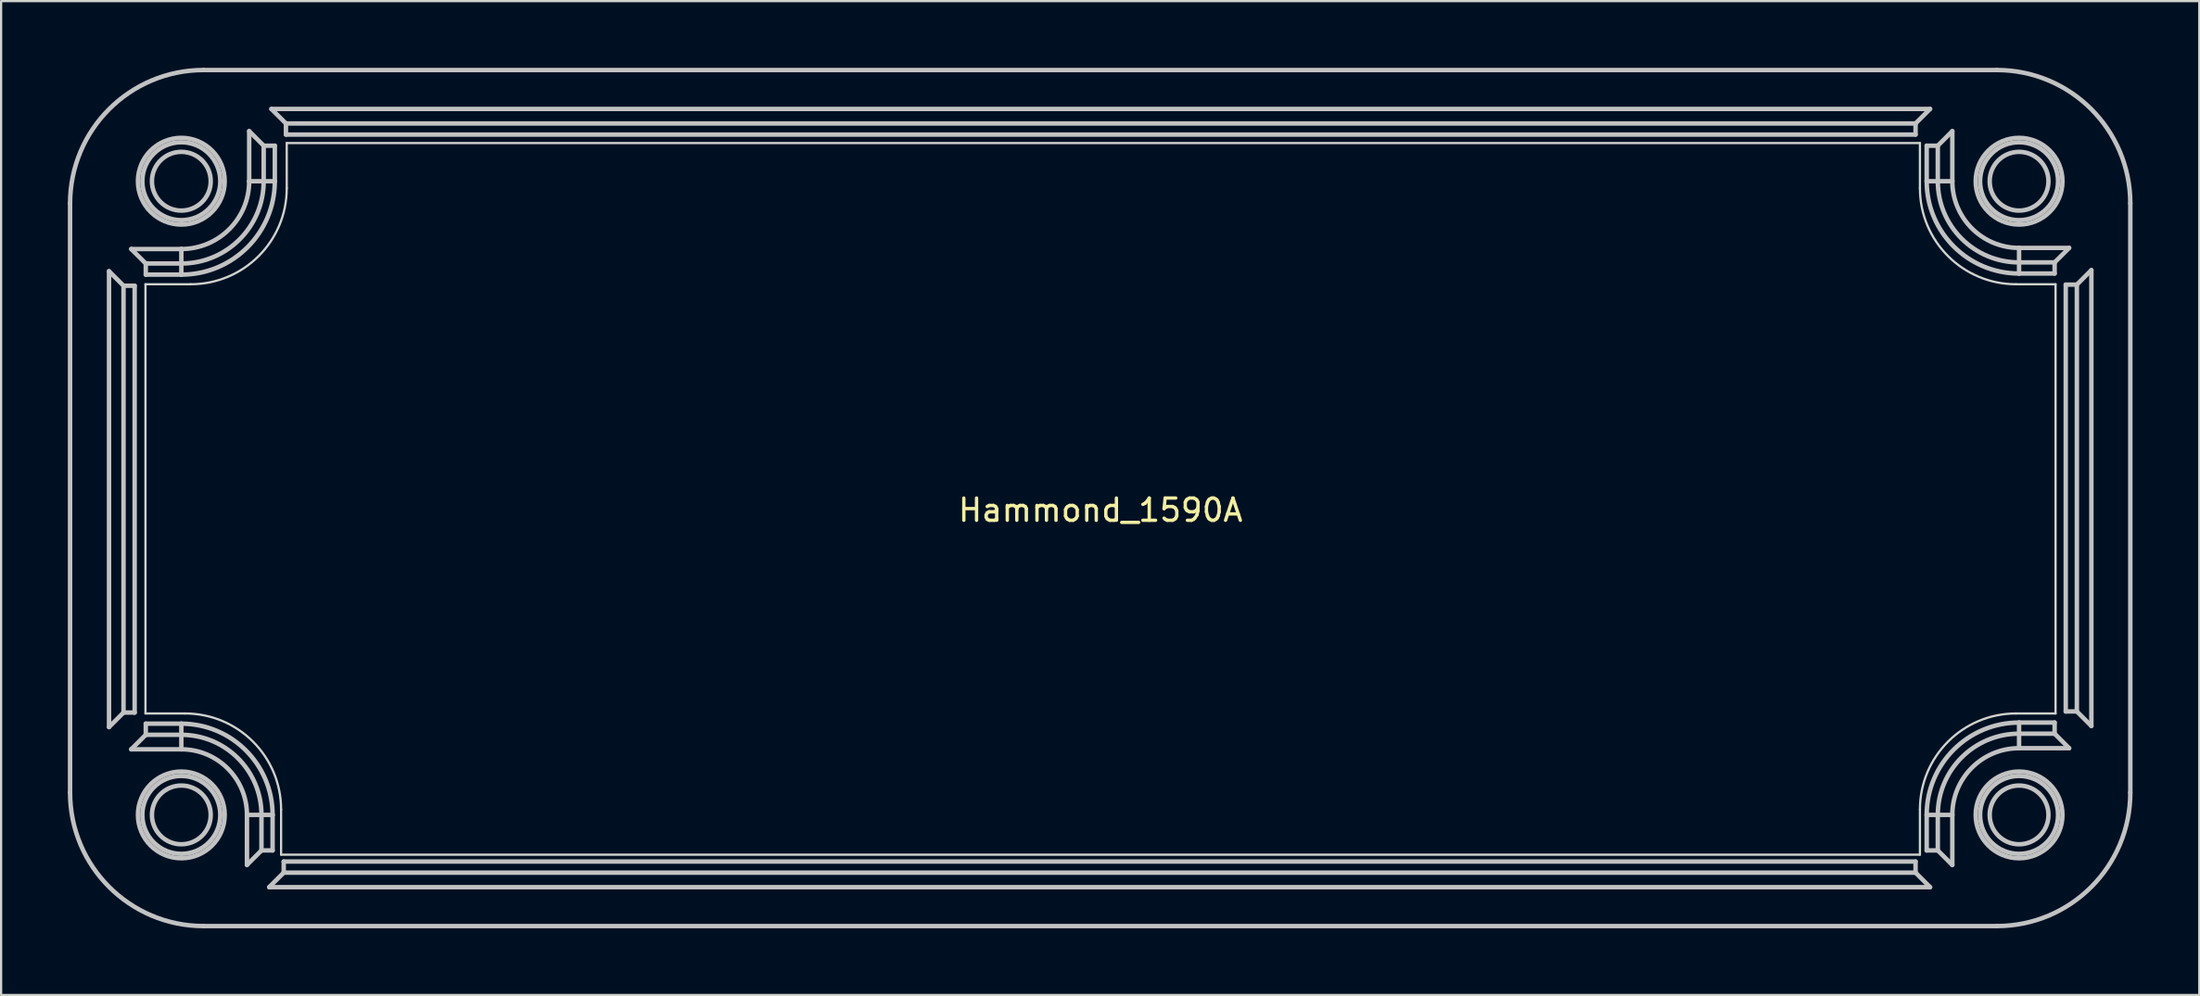
<source format=kicad_pcb>
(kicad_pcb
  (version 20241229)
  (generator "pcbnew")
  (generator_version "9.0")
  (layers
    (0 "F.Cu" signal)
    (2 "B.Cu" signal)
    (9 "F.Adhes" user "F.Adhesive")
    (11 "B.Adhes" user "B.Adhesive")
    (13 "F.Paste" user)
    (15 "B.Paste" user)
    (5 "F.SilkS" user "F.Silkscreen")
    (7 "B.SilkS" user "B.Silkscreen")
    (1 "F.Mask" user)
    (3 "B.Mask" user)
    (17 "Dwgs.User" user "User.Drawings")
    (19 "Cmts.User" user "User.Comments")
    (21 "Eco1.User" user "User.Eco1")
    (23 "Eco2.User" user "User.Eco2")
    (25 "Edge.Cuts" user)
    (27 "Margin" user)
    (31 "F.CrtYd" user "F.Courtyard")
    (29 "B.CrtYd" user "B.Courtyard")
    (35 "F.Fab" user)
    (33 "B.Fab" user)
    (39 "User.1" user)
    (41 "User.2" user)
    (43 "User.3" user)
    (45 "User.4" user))
  (footprint "Hammond_1590A"
    (layer "F.Cu")
    (at 46.414 19.386)
    (property "Reference" "Hammond_1590A" (at 0 0.508 0) (layer "F.SilkS") (effects (font (size 1 1) (thickness 0.15))))
    (attr through_hole)
    (fp_line (start -46.314 -13.286) (end -46.314 13.214) (stroke (width 0.2) (type solid)) (layer "Dwgs.User"))
    (fp_line (start -44.564 -10.237) (end -43.912 -9.584) (stroke (width 0.2) (type solid)) (layer "Dwgs.User"))
    (fp_line (start -44.564 10.264) (end -44.564 -10.237) (stroke (width 0.2) (type solid)) (layer "Dwgs.User"))
    (fp_line (start -43.912 -9.584) (end -43.912 9.612) (stroke (width 0.2) (type solid)) (layer "Dwgs.User"))
    (fp_line (start -43.912 -9.584) (end -43.412 -9.584) (stroke (width 0.2) (type solid)) (layer "Dwgs.User"))
    (fp_line (start -43.912 9.612) (end -44.564 10.264) (stroke (width 0.2) (type solid)) (layer "Dwgs.User"))
    (fp_line (start -43.912 9.612) (end -43.412 9.612) (stroke (width 0.2) (type solid)) (layer "Dwgs.User"))
    (fp_line (start -43.565 -11.236) (end -41.314 -11.236) (stroke (width 0.2) (type solid)) (layer "Dwgs.User"))
    (fp_line (start -43.565 11.264) (end -42.912 10.611) (stroke (width 0.2) (type solid)) (layer "Dwgs.User"))
    (fp_line (start -43.412 9.612) (end -43.412 -9.584) (stroke (width 0.2) (type solid)) (layer "Dwgs.User"))
    (fp_line (start -42.912 -10.584) (end -43.565 -11.236) (stroke (width 0.2) (type solid)) (layer "Dwgs.User"))
    (fp_line (start -42.912 -10.584) (end -42.912 -10.084) (stroke (width 0.2) (type solid)) (layer "Dwgs.User"))
    (fp_line (start -42.912 -10.084) (end -41.314 -10.084) (stroke (width 0.2) (type solid)) (layer "Dwgs.User"))
    (fp_line (start -42.912 10.611) (end -42.912 10.111) (stroke (width 0.2) (type solid)) (layer "Dwgs.User"))
    (fp_line (start -42.912 10.611) (end -41.314 10.611) (stroke (width 0.2) (type solid)) (layer "Dwgs.User"))
    (fp_line (start -41.314 -11.236) (end -41.314 -10.584) (stroke (width 0.2) (type solid)) (layer "Dwgs.User"))
    (fp_line (start -41.314 -10.584) (end -42.912 -10.584) (stroke (width 0.2) (type solid)) (layer "Dwgs.User"))
    (fp_line (start -41.314 -10.584) (end -41.314 -10.084) (stroke (width 0.2) (type solid)) (layer "Dwgs.User"))
    (fp_line (start -41.314 10.111) (end -42.912 10.111) (stroke (width 0.2) (type solid)) (layer "Dwgs.User"))
    (fp_line (start -41.314 10.611) (end -41.314 10.111) (stroke (width 0.2) (type solid)) (layer "Dwgs.User"))
    (fp_line (start -41.314 11.264) (end -43.565 11.264) (stroke (width 0.2) (type solid)) (layer "Dwgs.User"))
    (fp_line (start -41.314 11.264) (end -41.314 10.611) (stroke (width 0.2) (type solid)) (layer "Dwgs.User"))
    (fp_line (start -40.314 19.214) (end 40.286 19.214) (stroke (width 0.2) (type solid)) (layer "Dwgs.User"))
    (fp_line (start -38.364 14.214) (end -37.712 14.214) (stroke (width 0.2) (type solid)) (layer "Dwgs.User"))
    (fp_line (start -38.364 16.464) (end -38.364 14.214) (stroke (width 0.2) (type solid)) (layer "Dwgs.User"))
    (fp_line (start -38.264 -16.537) (end -37.612 -15.884) (stroke (width 0.2) (type solid)) (layer "Dwgs.User"))
    (fp_line (start -38.264 -14.286) (end -38.264 -16.537) (stroke (width 0.2) (type solid)) (layer "Dwgs.User"))
    (fp_line (start -38.264 -14.286) (end -37.612 -14.286) (stroke (width 0.2) (type solid)) (layer "Dwgs.User"))
    (fp_line (start -37.712 14.214) (end -37.712 15.812) (stroke (width 0.2) (type solid)) (layer "Dwgs.User"))
    (fp_line (start -37.712 14.214) (end -37.212 14.214) (stroke (width 0.2) (type solid)) (layer "Dwgs.User"))
    (fp_line (start -37.712 15.812) (end -38.364 16.464) (stroke (width 0.2) (type solid)) (layer "Dwgs.User"))
    (fp_line (start -37.712 15.812) (end -37.212 15.812) (stroke (width 0.2) (type solid)) (layer "Dwgs.User"))
    (fp_line (start -37.612 -15.884) (end -37.612 -14.286) (stroke (width 0.2) (type solid)) (layer "Dwgs.User"))
    (fp_line (start -37.612 -15.884) (end -37.112 -15.884) (stroke (width 0.2) (type solid)) (layer "Dwgs.User"))
    (fp_line (start -37.612 -14.286) (end -37.112 -14.286) (stroke (width 0.2) (type solid)) (layer "Dwgs.User"))
    (fp_line (start -37.365 17.464) (end -36.712 16.811) (stroke (width 0.2) (type solid)) (layer "Dwgs.User"))
    (fp_line (start -37.265 -17.536) (end 37.286 -17.536) (stroke (width 0.2) (type solid)) (layer "Dwgs.User"))
    (fp_line (start -37.212 15.812) (end -37.212 14.214) (stroke (width 0.2) (type solid)) (layer "Dwgs.User"))
    (fp_line (start -37.112 -14.286) (end -37.112 -15.884) (stroke (width 0.2) (type solid)) (layer "Dwgs.User"))
    (fp_line (start -36.712 16.811) (end -36.712 16.311) (stroke (width 0.2) (type solid)) (layer "Dwgs.User"))
    (fp_line (start -36.712 16.811) (end 36.634 16.811) (stroke (width 0.2) (type solid)) (layer "Dwgs.User"))
    (fp_line (start -36.612 -16.884) (end -37.265 -17.536) (stroke (width 0.2) (type solid)) (layer "Dwgs.User"))
    (fp_line (start -36.612 -16.884) (end -36.612 -16.384) (stroke (width 0.2) (type solid)) (layer "Dwgs.User"))
    (fp_line (start -36.612 -16.384) (end 36.634 -16.384) (stroke (width 0.2) (type solid)) (layer "Dwgs.User"))
    (fp_line (start 36.634 -16.884) (end -36.612 -16.884) (stroke (width 0.2) (type solid)) (layer "Dwgs.User"))
    (fp_line (start 36.634 -16.384) (end 36.634 -16.884) (stroke (width 0.2) (type solid)) (layer "Dwgs.User"))
    (fp_line (start 36.634 16.311) (end -36.712 16.311) (stroke (width 0.2) (type solid)) (layer "Dwgs.User"))
    (fp_line (start 36.634 16.311) (end 36.634 16.811) (stroke (width 0.2) (type solid)) (layer "Dwgs.User"))
    (fp_line (start 36.634 16.811) (end 37.286 17.464) (stroke (width 0.2) (type solid)) (layer "Dwgs.User"))
    (fp_line (start 37.134 -15.884) (end 37.134 -14.286) (stroke (width 0.2) (type solid)) (layer "Dwgs.User"))
    (fp_line (start 37.134 -15.884) (end 37.633 -15.884) (stroke (width 0.2) (type solid)) (layer "Dwgs.User"))
    (fp_line (start 37.134 -14.286) (end 37.633 -14.286) (stroke (width 0.2) (type solid)) (layer "Dwgs.User"))
    (fp_line (start 37.134 14.214) (end 37.134 15.812) (stroke (width 0.2) (type solid)) (layer "Dwgs.User"))
    (fp_line (start 37.134 14.214) (end 37.633 14.214) (stroke (width 0.2) (type solid)) (layer "Dwgs.User"))
    (fp_line (start 37.134 15.812) (end 37.633 15.812) (stroke (width 0.2) (type solid)) (layer "Dwgs.User"))
    (fp_line (start 37.286 -17.536) (end 36.634 -16.884) (stroke (width 0.2) (type solid)) (layer "Dwgs.User"))
    (fp_line (start 37.286 17.464) (end -37.365 17.464) (stroke (width 0.2) (type solid)) (layer "Dwgs.User"))
    (fp_line (start 37.633 -15.884) (end 38.286 -16.537) (stroke (width 0.2) (type solid)) (layer "Dwgs.User"))
    (fp_line (start 37.633 -14.286) (end 37.633 -15.884) (stroke (width 0.2) (type solid)) (layer "Dwgs.User"))
    (fp_line (start 37.633 15.812) (end 37.633 14.214) (stroke (width 0.2) (type solid)) (layer "Dwgs.User"))
    (fp_line (start 38.286 -16.537) (end 38.286 -14.286) (stroke (width 0.2) (type solid)) (layer "Dwgs.User"))
    (fp_line (start 38.286 -14.286) (end 37.633 -14.286) (stroke (width 0.2) (type solid)) (layer "Dwgs.User"))
    (fp_line (start 38.286 14.214) (end 37.633 14.214) (stroke (width 0.2) (type solid)) (layer "Dwgs.User"))
    (fp_line (start 38.286 14.214) (end 38.286 16.464) (stroke (width 0.2) (type solid)) (layer "Dwgs.User"))
    (fp_line (start 38.286 16.464) (end 37.633 15.812) (stroke (width 0.2) (type solid)) (layer "Dwgs.User"))
    (fp_line (start 40.286 -19.286) (end -40.314 -19.286) (stroke (width 0.2) (type solid)) (layer "Dwgs.User"))
    (fp_line (start 41.286 -11.286) (end 41.286 -10.634) (stroke (width 0.2) (type solid)) (layer "Dwgs.User"))
    (fp_line (start 41.286 -11.286) (end 43.536 -11.286) (stroke (width 0.2) (type solid)) (layer "Dwgs.User"))
    (fp_line (start 41.286 -10.134) (end 41.286 -10.634) (stroke (width 0.2) (type solid)) (layer "Dwgs.User"))
    (fp_line (start 41.286 -10.134) (end 42.884 -10.134) (stroke (width 0.2) (type solid)) (layer "Dwgs.User"))
    (fp_line (start 41.286 10.061) (end 41.286 10.561) (stroke (width 0.2) (type solid)) (layer "Dwgs.User"))
    (fp_line (start 41.286 10.561) (end 42.884 10.561) (stroke (width 0.2) (type solid)) (layer "Dwgs.User"))
    (fp_line (start 41.286 11.214) (end 41.286 10.561) (stroke (width 0.2) (type solid)) (layer "Dwgs.User"))
    (fp_line (start 42.884 -10.634) (end 41.286 -10.634) (stroke (width 0.2) (type solid)) (layer "Dwgs.User"))
    (fp_line (start 42.884 -10.134) (end 42.884 -10.634) (stroke (width 0.2) (type solid)) (layer "Dwgs.User"))
    (fp_line (start 42.884 10.061) (end 41.286 10.061) (stroke (width 0.2) (type solid)) (layer "Dwgs.User"))
    (fp_line (start 42.884 10.061) (end 42.884 10.561) (stroke (width 0.2) (type solid)) (layer "Dwgs.User"))
    (fp_line (start 42.884 10.561) (end 43.536 11.214) (stroke (width 0.2) (type solid)) (layer "Dwgs.User"))
    (fp_line (start 43.384 -9.634) (end 43.384 9.562) (stroke (width 0.2) (type solid)) (layer "Dwgs.User"))
    (fp_line (start 43.384 -9.634) (end 43.883 -9.634) (stroke (width 0.2) (type solid)) (layer "Dwgs.User"))
    (fp_line (start 43.384 9.562) (end 43.883 9.562) (stroke (width 0.2) (type solid)) (layer "Dwgs.User"))
    (fp_line (start 43.536 -11.286) (end 42.884 -10.634) (stroke (width 0.2) (type solid)) (layer "Dwgs.User"))
    (fp_line (start 43.536 11.214) (end 41.286 11.214) (stroke (width 0.2) (type solid)) (layer "Dwgs.User"))
    (fp_line (start 43.883 -9.634) (end 44.536 -10.287) (stroke (width 0.2) (type solid)) (layer "Dwgs.User"))
    (fp_line (start 43.883 9.562) (end 43.883 -9.634) (stroke (width 0.2) (type solid)) (layer "Dwgs.User"))
    (fp_line (start 44.536 -10.287) (end 44.536 10.214) (stroke (width 0.2) (type solid)) (layer "Dwgs.User"))
    (fp_line (start 44.536 10.214) (end 43.883 9.562) (stroke (width 0.2) (type solid)) (layer "Dwgs.User"))
    (fp_line (start 46.286 13.214) (end 46.286 -13.286) (stroke (width 0.2) (type solid)) (layer "Dwgs.User"))
    (fp_arc (start -46.314163 -13.286347) (mid -44.556804 -17.528988) (end -40.314163 -19.286347) (stroke (width 0.2) (type solid)) (layer "Dwgs.User"))
    (fp_arc (start -41.314163 10.111452) (mid -38.413469 11.312959) (end -37.211962 14.213653) (stroke (width 0.2) (type solid)) (layer "Dwgs.User"))
    (fp_arc (start -41.314163 10.611281) (mid -38.766901 11.666391) (end -37.711791 14.213653) (stroke (width 0.2) (type solid)) (layer "Dwgs.User"))
    (fp_arc (start -41.314163 11.263653) (mid -39.228198 12.127688) (end -38.364163 14.213653) (stroke (width 0.2) (type solid)) (layer "Dwgs.User"))
    (fp_arc (start -40.314163 19.213653) (mid -44.556804 17.456294) (end -46.314163 13.213653) (stroke (width 0.2) (type solid)) (layer "Dwgs.User"))
    (fp_arc (start -38.264163 -14.286347) (mid -39.157487 -12.129671) (end -41.314163 -11.236347) (stroke (width 0.2) (type solid)) (layer "Dwgs.User"))
    (fp_arc (start -37.611791 -14.286347) (mid -38.696191 -11.668375) (end -41.314163 -10.583975) (stroke (width 0.2) (type solid)) (layer "Dwgs.User"))
    (fp_arc (start -37.111962 -14.286347) (mid -38.342758 -11.314942) (end -41.314163 -10.084146) (stroke (width 0.2) (type solid)) (layer "Dwgs.User"))
    (fp_arc (start 37.133636 14.213653) (mid 38.349788 11.277604) (end 41.285837 10.061452) (stroke (width 0.2) (type solid)) (layer "Dwgs.User"))
    (fp_arc (start 37.633465 14.213653) (mid 38.70322 11.631036) (end 41.285837 10.561281) (stroke (width 0.2) (type solid)) (layer "Dwgs.User"))
    (fp_arc (start 38.285837 14.213653) (mid 39.164517 12.092333) (end 41.285837 11.213653) (stroke (width 0.2) (type solid)) (layer "Dwgs.User"))
    (fp_arc (start 40.285837 -19.286347) (mid 44.528478 -17.528988) (end 46.285837 -13.286347) (stroke (width 0.2) (type solid)) (layer "Dwgs.User"))
    (fp_arc (start 41.285837 -11.286347) (mid 39.164517 -12.165027) (end 38.285837 -14.286347) (stroke (width 0.2) (type solid)) (layer "Dwgs.User"))
    (fp_arc (start 41.285837 -10.633975) (mid 38.70322 -11.70373) (end 37.633465 -14.286347) (stroke (width 0.2) (type solid)) (layer "Dwgs.User"))
    (fp_arc (start 41.285837 -10.134146) (mid 38.349788 -11.350298) (end 37.133636 -14.286347) (stroke (width 0.2) (type solid)) (layer "Dwgs.User"))
    (fp_arc (start 46.285837 13.213653) (mid 44.528478 17.456294) (end 40.285837 19.213653) (stroke (width 0.2) (type solid)) (layer "Dwgs.User"))
    (fp_circle (center -41.314 -14.286) (end -39.993 -14.286) (stroke (width 0.2) (type solid)) (fill no) (layer "Dwgs.User"))
    (fp_circle (center -41.314 -14.286) (end -39.562 -14.286) (stroke (width 0.2) (type solid)) (fill no) (layer "Dwgs.User"))
    (fp_circle (center -41.314 -14.286) (end -39.364 -14.286) (stroke (width 0.2) (type solid)) (fill no) (layer "Dwgs.User"))
    (fp_circle (center -41.314 14.214) (end -39.993 14.214) (stroke (width 0.2) (type solid)) (fill no) (layer "Dwgs.User"))
    (fp_circle (center -41.314 14.214) (end -39.562 14.214) (stroke (width 0.2) (type solid)) (fill no) (layer "Dwgs.User"))
    (fp_circle (center -41.314 14.214) (end -39.364 14.214) (stroke (width 0.2) (type solid)) (fill no) (layer "Dwgs.User"))
    (fp_circle (center 41.286 -14.286) (end 42.607 -14.286) (stroke (width 0.2) (type solid)) (fill no) (layer "Dwgs.User"))
    (fp_circle (center 41.286 -14.286) (end 43.038 -14.286) (stroke (width 0.2) (type solid)) (fill no) (layer "Dwgs.User"))
    (fp_circle (center 41.286 -14.286) (end 43.236 -14.286) (stroke (width 0.2) (type solid)) (fill no) (layer "Dwgs.User"))
    (fp_circle (center 41.286 14.214) (end 42.607 14.214) (stroke (width 0.2) (type solid)) (fill no) (layer "Dwgs.User"))
    (fp_circle (center 41.286 14.214) (end 43.038 14.214) (stroke (width 0.2) (type solid)) (fill no) (layer "Dwgs.User"))
    (fp_circle (center 41.286 14.214) (end 43.236 14.214) (stroke (width 0.2) (type solid)) (fill no) (layer "Dwgs.User"))
    (fp_line (start -42.926 -9.652) (end -42.926 9.652) (stroke (width 0.1) (type solid)) (layer "Edge.Cuts"))
    (fp_line (start -41.148 9.652) (end -42.926 9.652) (stroke (width 0.1) (type solid)) (layer "Edge.Cuts"))
    (fp_line (start -40.894 -9.652) (end -42.926 -9.652) (stroke (width 0.1) (type solid)) (layer "Edge.Cuts"))
    (fp_line (start -36.83 13.97) (end -36.83 16.002) (stroke (width 0.1) (type solid)) (layer "Edge.Cuts"))
    (fp_line (start -36.83 16.002) (end 36.83 16.002) (stroke (width 0.1) (type solid)) (layer "Edge.Cuts"))
    (fp_line (start -36.576 -13.97) (end -36.576 -16.002) (stroke (width 0.1) (type solid)) (layer "Edge.Cuts"))
    (fp_line (start 36.83 -16.002) (end -36.576 -16.002) (stroke (width 0.1) (type solid)) (layer "Edge.Cuts"))
    (fp_line (start 36.83 -13.97) (end 36.83 -16.002) (stroke (width 0.1) (type solid)) (layer "Edge.Cuts"))
    (fp_line (start 36.83 13.97) (end 36.83 16.002) (stroke (width 0.1) (type solid)) (layer "Edge.Cuts"))
    (fp_line (start 41.148 -9.652) (end 42.926 -9.652) (stroke (width 0.1) (type solid)) (layer "Edge.Cuts"))
    (fp_line (start 41.148 9.652) (end 42.926 9.652) (stroke (width 0.1) (type solid)) (layer "Edge.Cuts"))
    (fp_line (start 42.926 9.652) (end 42.926 -9.652) (stroke (width 0.1) (type solid)) (layer "Edge.Cuts"))
    (fp_arc (start -41.148 9.652) (mid -38.094713 10.916713) (end -36.83 13.97) (stroke (width 0.1) (type solid)) (layer "Edge.Cuts"))
    (fp_arc (start -36.576 -13.97) (mid -37.840713 -10.916713) (end -40.894 -9.652) (stroke (width 0.1) (type solid)) (layer "Edge.Cuts"))
    (fp_arc (start 36.83 13.97) (mid 38.094713 10.916713) (end 41.148 9.652) (stroke (width 0.1) (type solid)) (layer "Edge.Cuts"))
    (fp_arc (start 41.148 -9.652) (mid 38.094713 -10.916713) (end 36.83 -13.97) (stroke (width 0.1) (type solid)) (layer "Edge.Cuts")))
  (gr_rect
    (start -3 -3)
    (end 95.8 41.7)
    (stroke (width 0.1) (type default))
    (fill no)
    (layer "Edge.Cuts")))
</source>
